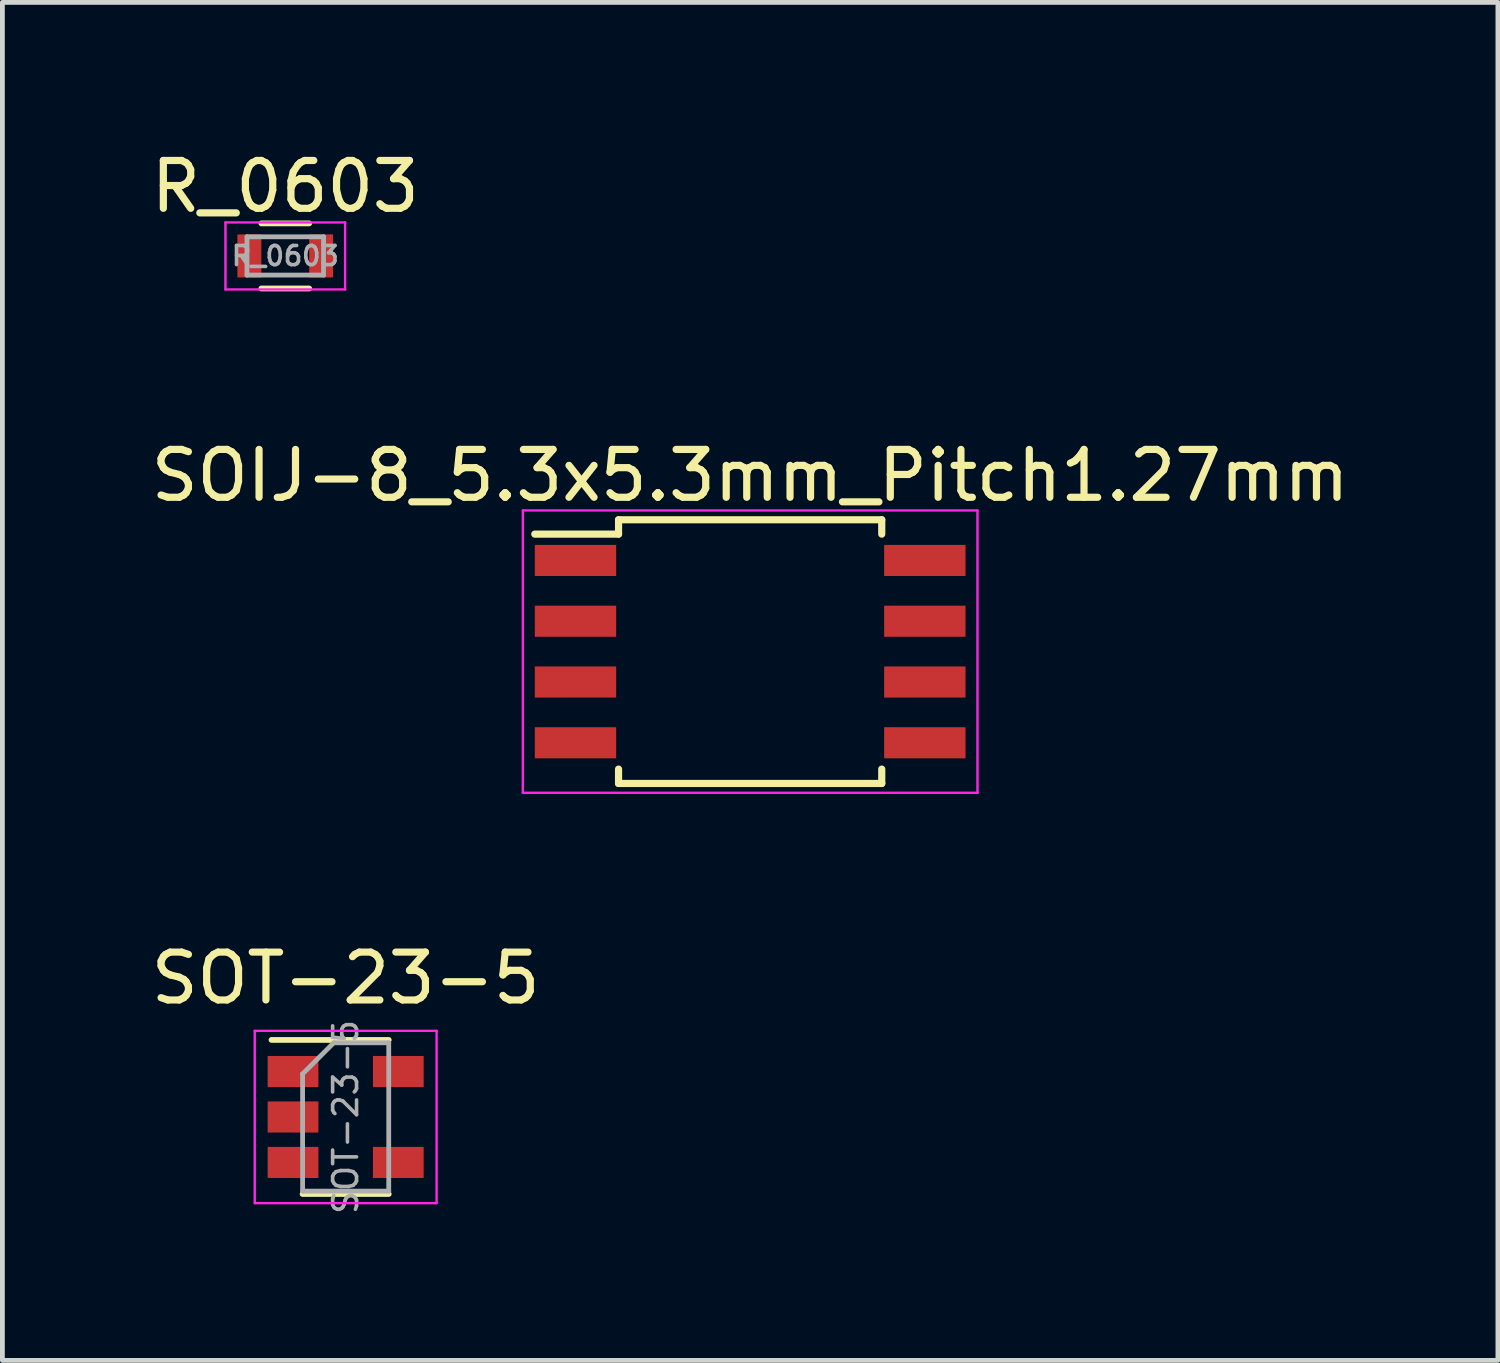
<source format=kicad_pcb>
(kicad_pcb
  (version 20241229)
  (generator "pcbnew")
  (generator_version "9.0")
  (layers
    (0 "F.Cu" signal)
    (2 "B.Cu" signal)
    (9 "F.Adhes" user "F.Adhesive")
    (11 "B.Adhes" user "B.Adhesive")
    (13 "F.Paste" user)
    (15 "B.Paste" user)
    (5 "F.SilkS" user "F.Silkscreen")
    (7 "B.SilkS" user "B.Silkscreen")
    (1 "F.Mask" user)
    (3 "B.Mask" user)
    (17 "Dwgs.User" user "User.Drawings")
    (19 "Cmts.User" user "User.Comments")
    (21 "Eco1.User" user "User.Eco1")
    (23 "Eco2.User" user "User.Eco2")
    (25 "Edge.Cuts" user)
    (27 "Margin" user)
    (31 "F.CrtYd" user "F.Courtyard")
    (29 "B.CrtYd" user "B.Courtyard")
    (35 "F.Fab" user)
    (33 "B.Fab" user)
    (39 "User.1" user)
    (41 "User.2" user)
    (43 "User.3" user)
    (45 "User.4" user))
  (footprint "SOIJ-8_5.3x5.3mm_Pitch1.27mm"
    (layer "F.Cu")
    (at 12.625 10.566)
    (property "Reference" "SOIJ-8_5.3x5.3mm_Pitch1.27mm" (at 0 -3.68 0) (layer "F.SilkS") (effects (font (size 1 1) (thickness 0.15))))
    (attr smd)
    (fp_line (start -2.75 -2.755) (end -2.75 -2.455) (stroke (width 0.15) (type solid)) (layer "F.SilkS"))
    (fp_line (start -2.75 -2.755) (end 2.75 -2.755) (stroke (width 0.15) (type solid)) (layer "F.SilkS"))
    (fp_line (start -2.75 -2.455) (end -4.5 -2.455) (stroke (width 0.15) (type solid)) (layer "F.SilkS"))
    (fp_line (start -2.75 2.755) (end -2.75 2.455) (stroke (width 0.15) (type solid)) (layer "F.SilkS"))
    (fp_line (start -2.75 2.755) (end 2.75 2.755) (stroke (width 0.15) (type solid)) (layer "F.SilkS"))
    (fp_line (start 2.75 -2.755) (end 2.75 -2.455) (stroke (width 0.15) (type solid)) (layer "F.SilkS"))
    (fp_line (start 2.75 2.755) (end 2.75 2.455) (stroke (width 0.15) (type solid)) (layer "F.SilkS"))
    (fp_line (start -4.75 -2.95) (end -4.75 2.95) (stroke (width 0.05) (type solid)) (layer "F.CrtYd"))
    (fp_line (start -4.75 -2.95) (end 4.75 -2.95) (stroke (width 0.05) (type solid)) (layer "F.CrtYd"))
    (fp_line (start -4.75 2.95) (end 4.75 2.95) (stroke (width 0.05) (type solid)) (layer "F.CrtYd"))
    (fp_line (start 4.75 -2.95) (end 4.75 2.95) (stroke (width 0.05) (type solid)) (layer "F.CrtYd"))
    (pad "1" smd rect (at -3.65 -1.905) (size 1.7 0.65) (layers "F.Cu" "F.Mask" "F.Paste"))
    (pad "2" smd rect (at -3.65 -0.635) (size 1.7 0.65) (layers "F.Cu" "F.Mask" "F.Paste"))
    (pad "3" smd rect (at -3.65 0.635) (size 1.7 0.65) (layers "F.Cu" "F.Mask" "F.Paste"))
    (pad "4" smd rect (at -3.65 1.905) (size 1.7 0.65) (layers "F.Cu" "F.Mask" "F.Paste"))
    (pad "5" smd rect (at 3.65 1.905) (size 1.7 0.65) (layers "F.Cu" "F.Mask" "F.Paste"))
    (pad "6" smd rect (at 3.65 0.635) (size 1.7 0.65) (layers "F.Cu" "F.Mask" "F.Paste"))
    (pad "7" smd rect (at 3.65 -0.635) (size 1.7 0.65) (layers "F.Cu" "F.Mask" "F.Paste"))
    (pad "8" smd rect (at 3.65 -1.905) (size 1.7 0.65) (layers "F.Cu" "F.Mask" "F.Paste")))
  (footprint "R_0603"
    (layer "F.Cu")
    (at 2.911 2.298)
    (property "Reference" "R_0603" (at 0 -1.45 0) (layer "F.SilkS") (effects (font (size 1 1) (thickness 0.15))))
    (attr smd)
    (fp_line (start -0.5 -0.68) (end 0.5 -0.68) (stroke (width 0.12) (type solid)) (layer "F.SilkS"))
    (fp_line (start 0.5 0.68) (end -0.5 0.68) (stroke (width 0.12) (type solid)) (layer "F.SilkS"))
    (fp_line (start -1.25 -0.7) (end -1.25 0.7) (stroke (width 0.05) (type solid)) (layer "F.CrtYd"))
    (fp_line (start -1.25 -0.7) (end 1.25 -0.7) (stroke (width 0.05) (type solid)) (layer "F.CrtYd"))
    (fp_line (start 1.25 0.7) (end -1.25 0.7) (stroke (width 0.05) (type solid)) (layer "F.CrtYd"))
    (fp_line (start 1.25 0.7) (end 1.25 -0.7) (stroke (width 0.05) (type solid)) (layer "F.CrtYd"))
    (fp_line (start -0.8 -0.4) (end 0.8 -0.4) (stroke (width 0.1) (type solid)) (layer "F.Fab"))
    (fp_line (start -0.8 0.4) (end -0.8 -0.4) (stroke (width 0.1) (type solid)) (layer "F.Fab"))
    (fp_line (start 0.8 -0.4) (end 0.8 0.4) (stroke (width 0.1) (type solid)) (layer "F.Fab"))
    (fp_line (start 0.8 0.4) (end -0.8 0.4) (stroke (width 0.1) (type solid)) (layer "F.Fab"))
    (fp_text user "${REFERENCE}" (at 0 0 0) (layer "F.Fab") (effects (font (size 0.4 0.4) (thickness 0.075))))
    (pad "1" smd rect (at -0.75 0) (size 0.5 0.9) (layers "F.Cu" "F.Mask" "F.Paste"))
    (pad "2" smd rect (at 0.75 0) (size 0.5 0.9) (layers "F.Cu" "F.Mask" "F.Paste")))
  (footprint "SOT-23-5"
    (layer "F.Cu")
    (at 4.173 20.29)
    (property "Reference" "SOT-23-5" (at 0 -2.9 0) (layer "F.SilkS") (effects (font (size 1 1) (thickness 0.15))))
    (attr smd)
    (fp_line (start -0.9 1.61) (end 0.9 1.61) (stroke (width 0.12) (type solid)) (layer "F.SilkS"))
    (fp_line (start 0.9 -1.61) (end -1.55 -1.61) (stroke (width 0.12) (type solid)) (layer "F.SilkS"))
    (fp_line (start -1.9 -1.8) (end 1.9 -1.8) (stroke (width 0.05) (type solid)) (layer "F.CrtYd"))
    (fp_line (start -1.9 1.8) (end -1.9 -1.8) (stroke (width 0.05) (type solid)) (layer "F.CrtYd"))
    (fp_line (start 1.9 -1.8) (end 1.9 1.8) (stroke (width 0.05) (type solid)) (layer "F.CrtYd"))
    (fp_line (start 1.9 1.8) (end -1.9 1.8) (stroke (width 0.05) (type solid)) (layer "F.CrtYd"))
    (fp_line (start -0.9 -0.9) (end -0.9 1.55) (stroke (width 0.1) (type solid)) (layer "F.Fab"))
    (fp_line (start -0.9 -0.9) (end -0.25 -1.55) (stroke (width 0.1) (type solid)) (layer "F.Fab"))
    (fp_line (start 0.9 -1.55) (end -0.25 -1.55) (stroke (width 0.1) (type solid)) (layer "F.Fab"))
    (fp_line (start 0.9 -1.55) (end 0.9 1.55) (stroke (width 0.1) (type solid)) (layer "F.Fab"))
    (fp_line (start 0.9 1.55) (end -0.9 1.55) (stroke (width 0.1) (type solid)) (layer "F.Fab"))
    (fp_text user "${REFERENCE}" (at 0 0 90) (layer "F.Fab") (effects (font (size 0.5 0.5) (thickness 0.075))))
    (pad "1" smd rect (at -1.1 -0.95) (size 1.06 0.65) (layers "F.Cu" "F.Mask" "F.Paste"))
    (pad "2" smd rect (at -1.1 0) (size 1.06 0.65) (layers "F.Cu" "F.Mask" "F.Paste"))
    (pad "3" smd rect (at -1.1 0.95) (size 1.06 0.65) (layers "F.Cu" "F.Mask" "F.Paste"))
    (pad "4" smd rect (at 1.1 0.95) (size 1.06 0.65) (layers "F.Cu" "F.Mask" "F.Paste"))
    (pad "5" smd rect (at 1.1 -0.95) (size 1.06 0.65) (layers "F.Cu" "F.Mask" "F.Paste")))
  (gr_rect
    (start -3 -3)
    (end 28.25 25.376)
    (stroke (width 0.1) (type default))
    (fill no)
    (layer "Edge.Cuts")))
</source>
